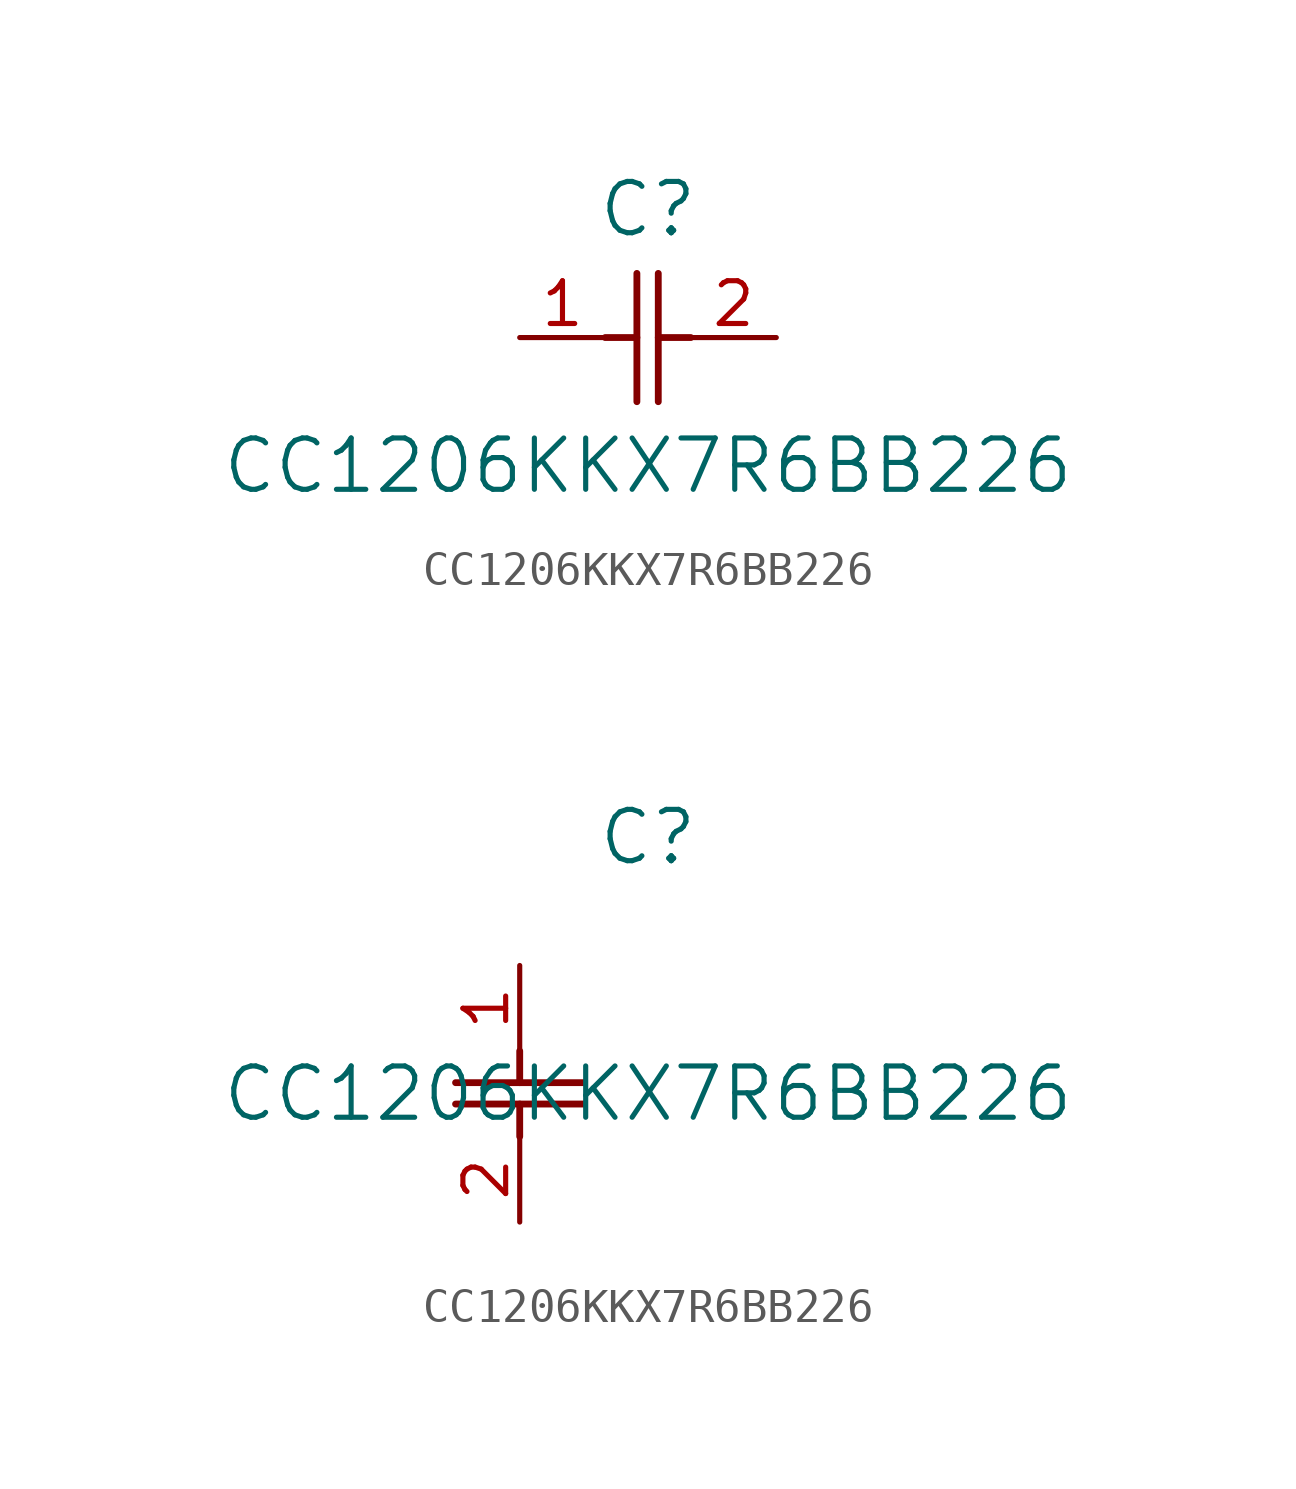
<source format=kicad_sym>
(kicad_symbol_lib
  (version 20211014)
  (generator kicad_symbol_editor)
  (symbol "CC1206KKX7R6BB226"
    (pin_names
      (offset 0.254))
    (property "Reference" "C"
      (at 3.81 3.81 0)
      (effects (font (size 1.524 1.524))))
    (property "Value" "CC1206KKX7R6BB226"
      (at 3.81 -3.81 0)
      (effects (font (size 1.524 1.524))))
    (symbol "CC1206KKX7R6BB226_1_1"
      (polyline (pts (xy 3.48 -1.905) (xy 3.48 1.905)) (stroke (width 0.203) (type default) (color 0 0 0 0)) (fill (type none)))
      (polyline (pts (xy 4.115 -1.905) (xy 4.115 1.905)) (stroke (width 0.203) (type default) (color 0 0 0 0)) (fill (type none)))
      (polyline (pts (xy 4.115 0) (xy 5.08 0)) (stroke (width 0.203) (type default) (color 0 0 0 0)) (fill (type none)))
      (polyline (pts (xy 2.54 0) (xy 3.48 0)) (stroke (width 0.203) (type default) (color 0 0 0 0)) (fill (type none)))
      (pin unspecified line (at 0 0 0) (length 2.54) (name "" (effects (font (size 1.27 1.27)))) (number "1" (effects (font (size 1.27 1.27)))))
      (pin unspecified line (at 7.62 0 180) (length 2.54) (name "" (effects (font (size 1.27 1.27)))) (number "2" (effects (font (size 1.27 1.27))))))
    (symbol "CC1206KKX7R6BB226_1_2"
      (polyline (pts (xy -1.905 -3.48) (xy 1.905 -3.48)) (stroke (width 0.203) (type default) (color 0 0 0 0)) (fill (type none)))
      (polyline (pts (xy -1.905 -4.115) (xy 1.905 -4.115)) (stroke (width 0.203) (type default) (color 0 0 0 0)) (fill (type none)))
      (polyline (pts (xy 0 -4.115) (xy 0 -5.08)) (stroke (width 0.203) (type default) (color 0 0 0 0)) (fill (type none)))
      (polyline (pts (xy 0 -2.54) (xy 0 -3.48)) (stroke (width 0.203) (type default) (color 0 0 0 0)) (fill (type none)))
      (pin unspecified line (at 0 0 270) (length 2.54) (name "" (effects (font (size 1.27 1.27)))) (number "1" (effects (font (size 1.27 1.27)))))
      (pin unspecified line (at 0 -7.62 90) (length 2.54) (name "" (effects (font (size 1.27 1.27)))) (number "2" (effects (font (size 1.27 1.27))))))))
</source>
